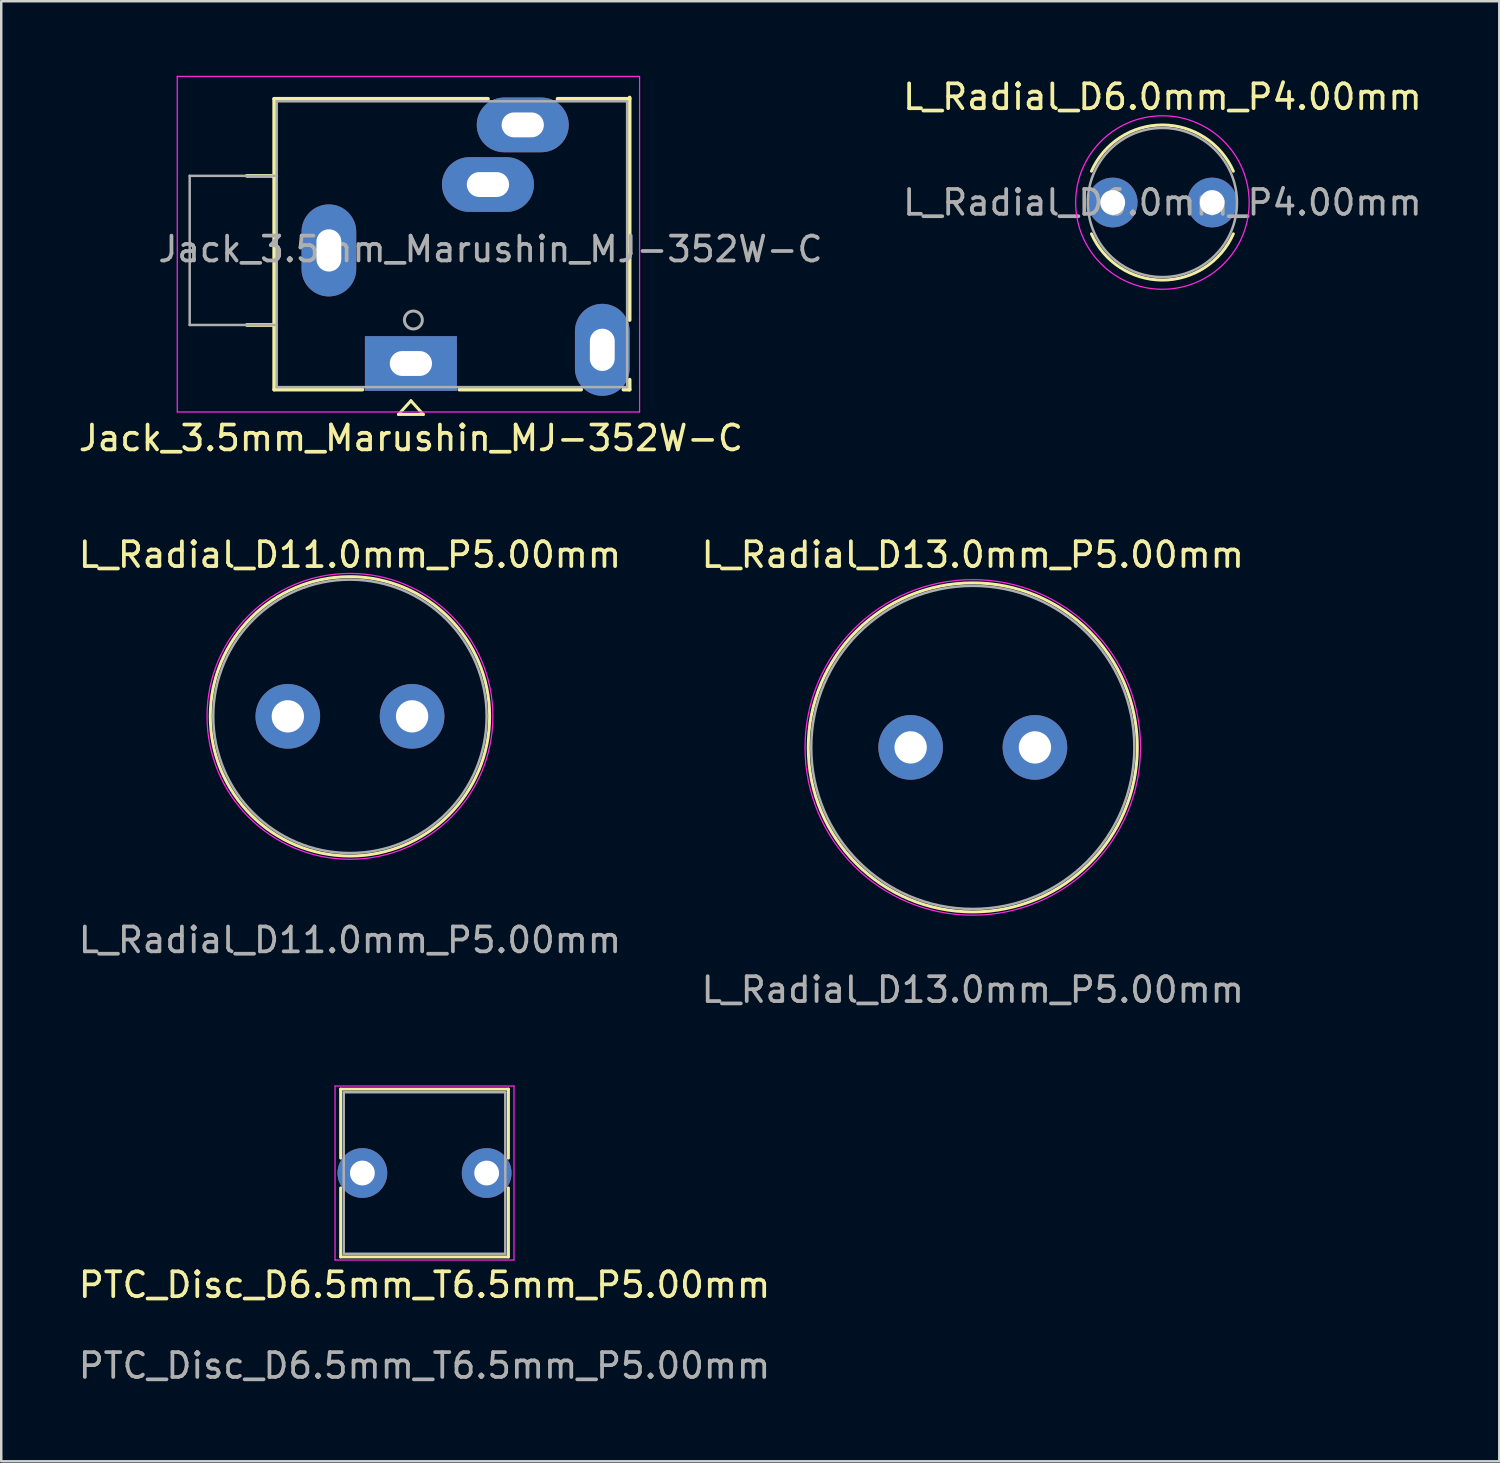
<source format=kicad_pcb>
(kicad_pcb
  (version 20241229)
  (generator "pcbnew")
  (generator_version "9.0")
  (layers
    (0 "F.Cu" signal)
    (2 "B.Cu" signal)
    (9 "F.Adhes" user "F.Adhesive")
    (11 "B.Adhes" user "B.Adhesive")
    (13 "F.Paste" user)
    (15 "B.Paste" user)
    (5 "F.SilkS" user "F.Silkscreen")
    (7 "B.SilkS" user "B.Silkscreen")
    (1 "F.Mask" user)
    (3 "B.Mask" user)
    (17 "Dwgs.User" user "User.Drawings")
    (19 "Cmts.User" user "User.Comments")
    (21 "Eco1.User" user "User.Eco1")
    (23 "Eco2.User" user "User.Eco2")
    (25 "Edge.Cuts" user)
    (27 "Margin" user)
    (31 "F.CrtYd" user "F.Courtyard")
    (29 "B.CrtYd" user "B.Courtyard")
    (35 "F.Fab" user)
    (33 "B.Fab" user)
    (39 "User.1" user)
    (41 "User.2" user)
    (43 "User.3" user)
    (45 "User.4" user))
  (footprint "L_Radial_D13.0mm_P5.00mm"
    (layer "F.Cu")
    (at 33.589 27.021)
    (property "Reference" "L_Radial_D13.0mm_P5.00mm" (at 2.5 -7.75 0) (unlocked yes) (layer "F.SilkS") (effects (font (size 1 1) (thickness 0.15))))
    (attr through_hole)
    (fp_circle (center 2.5 0) (end 9.12 0) (stroke (width 0.12) (type solid)) (fill no) (layer "F.SilkS"))
    (fp_circle (center 2.5 0) (end 9.25 0) (stroke (width 0.05) (type solid)) (fill no) (layer "F.CrtYd"))
    (fp_circle (center 2.5 0) (end 9 0) (stroke (width 0.1) (type solid)) (fill no) (layer "F.Fab"))
    (fp_text user "${REFERENCE}" (at 2.5 9.75 0) (unlocked yes) (layer "F.Fab") (effects (font (size 1 1) (thickness 0.15))))
    (pad "1" thru_hole circle (at 0 0) (size 2.6 2.6) (drill 1.3) (layers "*.Cu" "*.Mask"))
    (pad "2" thru_hole circle (at 5 0) (size 2.6 2.6) (drill 1.3) (layers "*.Cu" "*.Mask")))
  (footprint "L_Radial_D11.0mm_P5.00mm"
    (layer "F.Cu")
    (at 8.53 25.771)
    (property "Reference" "L_Radial_D11.0mm_P5.00mm" (at 2.5 -6.5 0) (unlocked yes) (layer "F.SilkS") (effects (font (size 1 1) (thickness 0.15))))
    (attr through_hole)
    (fp_circle (center 2.5 0) (end 8.12 0) (stroke (width 0.12) (type solid)) (fill no) (layer "F.SilkS"))
    (fp_circle (center 2.5 0) (end 8.25 0) (stroke (width 0.05) (type solid)) (fill no) (layer "F.CrtYd"))
    (fp_circle (center 2.5 0) (end 8 0) (stroke (width 0.1) (type solid)) (fill no) (layer "F.Fab"))
    (fp_text user "${REFERENCE}" (at 2.5 9 0) (unlocked yes) (layer "F.Fab") (effects (font (size 1 1) (thickness 0.15))))
    (pad "1" thru_hole circle (at 0 0) (size 2.6 2.6) (drill 1.3) (layers "*.Cu" "*.Mask"))
    (pad "2" thru_hole circle (at 5 0) (size 2.6 2.6) (drill 1.3) (layers "*.Cu" "*.Mask")))
  (footprint "PTC_Disc_D6.5mm_T6.5mm_P5.00mm"
    (layer "F.Cu")
    (at 11.53 44.145)
    (property "Reference" "PTC_Disc_D6.5mm_T6.5mm_P5.00mm" (at 2.5 4.5 0) (unlocked yes) (layer "F.SilkS") (effects (font (size 1 1) (thickness 0.15))))
    (attr through_hole)
    (fp_line (start -0.875 -3.375) (end -0.875 -0.6) (stroke (width 0.12) (type solid)) (layer "F.SilkS"))
    (fp_line (start -0.875 -3.375) (end 5.875 -3.375) (stroke (width 0.12) (type solid)) (layer "F.SilkS"))
    (fp_line (start -0.875 0.6) (end -0.875 3.375) (stroke (width 0.12) (type solid)) (layer "F.SilkS"))
    (fp_line (start -0.875 3.375) (end 5.875 3.375) (stroke (width 0.12) (type solid)) (layer "F.SilkS"))
    (fp_line (start 5.875 -3.375) (end 5.875 -0.6) (stroke (width 0.12) (type solid)) (layer "F.SilkS"))
    (fp_line (start 5.875 0.6) (end 5.875 3.375) (stroke (width 0.12) (type solid)) (layer "F.SilkS"))
    (fp_line (start -1.1 -3.5) (end -1.1 3.5) (stroke (width 0.05) (type solid)) (layer "F.CrtYd"))
    (fp_line (start -1.1 3.5) (end 6.1 3.5) (stroke (width 0.05) (type solid)) (layer "F.CrtYd"))
    (fp_line (start 6.1 -3.5) (end -1.1 -3.5) (stroke (width 0.05) (type solid)) (layer "F.CrtYd"))
    (fp_line (start 6.1 3.5) (end 6.1 -3.5) (stroke (width 0.05) (type solid)) (layer "F.CrtYd"))
    (fp_line (start -0.75 -3.25) (end -0.75 3.25) (stroke (width 0.1) (type solid)) (layer "F.Fab"))
    (fp_line (start -0.75 3.25) (end 5.75 3.25) (stroke (width 0.1) (type solid)) (layer "F.Fab"))
    (fp_line (start 5.75 -3.25) (end -0.75 -3.25) (stroke (width 0.1) (type solid)) (layer "F.Fab"))
    (fp_line (start 5.75 3.25) (end 5.75 -3.25) (stroke (width 0.1) (type solid)) (layer "F.Fab"))
    (fp_text user "${REFERENCE}" (at 2.5 7.75 0) (unlocked yes) (layer "F.Fab") (effects (font (size 1 1) (thickness 0.15))))
    (pad "1" thru_hole circle (at 0 0) (size 2 2) (drill 1) (layers "*.Cu" "*.Mask"))
    (pad "2" thru_hole circle (at 5 0) (size 2 2) (drill 1) (layers "*.Cu" "*.Mask")))
  (footprint "L_Radial_D6.0mm_P4.00mm"
    (layer "F.Cu")
    (at 41.718 5.098)
    (property "Reference" "L_Radial_D6.0mm_P4.00mm" (at 2 -4.25 0) (layer "F.SilkS") (effects (font (size 1 1) (thickness 0.15))))
    (attr through_hole)
    (fp_arc (start -0.85426 -1.26) (mid 2 -3.12) (end 4.85426 -1.26) (stroke (width 0.12) (type solid)) (layer "F.SilkS"))
    (fp_arc (start 4.85426 1.26) (mid 2 3.12) (end -0.85426 1.26) (stroke (width 0.12) (type solid)) (layer "F.SilkS"))
    (fp_circle (center 2 0) (end 5.49 0) (stroke (width 0.05) (type solid)) (fill no) (layer "F.CrtYd"))
    (fp_circle (center 2 0) (end 5 0) (stroke (width 0.1) (type solid)) (fill no) (layer "F.Fab"))
    (fp_text user "${REFERENCE}" (at 2 0 0) (layer "F.Fab") (effects (font (size 1 1) (thickness 0.15))))
    (pad "1" thru_hole circle (at 0 0) (size 2 2) (drill 1) (layers "*.Cu" "*.Mask"))
    (pad "2" thru_hole circle (at 4 0) (size 2 2) (drill 1) (layers "*.Cu" "*.Mask")))
  (footprint "Jack_3.5mm_Marushin_MJ-352W-C"
    (layer "F.Cu")
    (at 13.482 11.575)
    (property "Reference" "Jack_3.5mm_Marushin_MJ-352W-C" (at 0 3 0) (unlocked yes) (layer "F.SilkS") (effects (font (size 1 1) (thickness 0.15))))
    (attr through_hole)
    (fp_line (start -6.6 -1.55) (end -5.5 -1.55) (stroke (width 0.15) (type solid)) (layer "F.SilkS"))
    (fp_line (start -5.5 -10.65) (end 3.1 -10.65) (stroke (width 0.15) (type solid)) (layer "F.SilkS"))
    (fp_line (start -5.5 -7.55) (end -6.6 -7.55) (stroke (width 0.15) (type solid)) (layer "F.SilkS"))
    (fp_line (start -5.5 1.05) (end -5.5 -10.65) (stroke (width 0.15) (type solid)) (layer "F.SilkS"))
    (fp_line (start -1.95 1.05) (end -5.5 1.05) (stroke (width 0.15) (type solid)) (layer "F.SilkS"))
    (fp_line (start -0.5 2.05) (end 0.5 2.05) (stroke (width 0.12) (type solid)) (layer "F.SilkS"))
    (fp_line (start 0 1.5) (end -0.5 2.05) (stroke (width 0.12) (type solid)) (layer "F.SilkS"))
    (fp_line (start 0.5 2.05) (end 0 1.5) (stroke (width 0.12) (type solid)) (layer "F.SilkS"))
    (fp_line (start 5.9 -10.65) (end 8.8 -10.65) (stroke (width 0.15) (type solid)) (layer "F.SilkS"))
    (fp_line (start 6.85 1.05) (end 1.95 1.05) (stroke (width 0.15) (type solid)) (layer "F.SilkS"))
    (fp_line (start 8.55 1.05) (end 8.8 1.05) (stroke (width 0.15) (type solid)) (layer "F.SilkS"))
    (fp_line (start 8.8 -10.7) (end 8.8 -1.75) (stroke (width 0.15) (type solid)) (layer "F.SilkS"))
    (fp_line (start 8.8 0.65) (end 8.8 1.05) (stroke (width 0.15) (type solid)) (layer "F.SilkS"))
    (fp_line (start -9.4 -11.55) (end -9.4 1.95) (stroke (width 0.05) (type solid)) (layer "F.CrtYd"))
    (fp_line (start -9.4 1.95) (end 9.2 1.95) (stroke (width 0.05) (type solid)) (layer "F.CrtYd"))
    (fp_line (start 9.2 -11.55) (end -9.4 -11.55) (stroke (width 0.05) (type solid)) (layer "F.CrtYd"))
    (fp_line (start 9.2 1.95) (end 9.2 -11.55) (stroke (width 0.05) (type solid)) (layer "F.CrtYd"))
    (fp_line (start -8.9 -7.55) (end -8.9 -1.55) (stroke (width 0.1) (type solid)) (layer "F.Fab"))
    (fp_line (start -8.9 -7.55) (end -5.4 -7.55) (stroke (width 0.1) (type solid)) (layer "F.Fab"))
    (fp_line (start -8.9 -1.55) (end -5.4 -1.55) (stroke (width 0.1) (type solid)) (layer "F.Fab"))
    (fp_line (start -5.4 -10.55) (end -5.4 0.95) (stroke (width 0.1) (type solid)) (layer "F.Fab"))
    (fp_line (start -5.4 0.95) (end 8.7 0.95) (stroke (width 0.1) (type solid)) (layer "F.Fab"))
    (fp_line (start 8.7 -10.55) (end -5.4 -10.55) (stroke (width 0.1) (type solid)) (layer "F.Fab"))
    (fp_line (start 8.7 0.95) (end 8.7 -10.55) (stroke (width 0.1) (type solid)) (layer "F.Fab"))
    (fp_circle (center 0.1 -1.75) (end 0.4 -1.55) (stroke (width 0.12) (type solid)) (fill no) (layer "F.Fab"))
    (fp_text user "${REFERENCE}" (at 3.2 -4.6 0) (unlocked yes) (layer "F.Fab") (effects (font (size 1 1) (thickness 0.15))))
    (pad "R" thru_hole oval (at 4.5 -9.6) (size 3.7 2.2) (drill oval 1.7 1) (layers "*.Cu" "*.Mask"))
    (pad "RN" thru_hole oval (at 3.1 -7.2) (size 3.7 2.2) (drill oval 1.7 1) (layers "*.Cu" "*.Mask"))
    (pad "S" thru_hole oval (at -3.3 -4.55) (size 2.2 3.7) (drill oval 1 1.7) (layers "*.Cu" "*.Mask"))
    (pad "T" thru_hole rect (at 0 0) (size 3.7 2.2) (drill oval 1.7 1) (layers "*.Cu" "*.Mask"))
    (pad "TN" thru_hole oval (at 7.7 -0.55 90) (size 3.7 2.2) (drill oval 1.7 1) (layers "*.Cu" "*.Mask")))
  (gr_rect
    (start -3 -3)
    (end 57.271 55.743)
    (stroke (width 0.1) (type default))
    (fill no)
    (layer "Edge.Cuts")))
</source>
